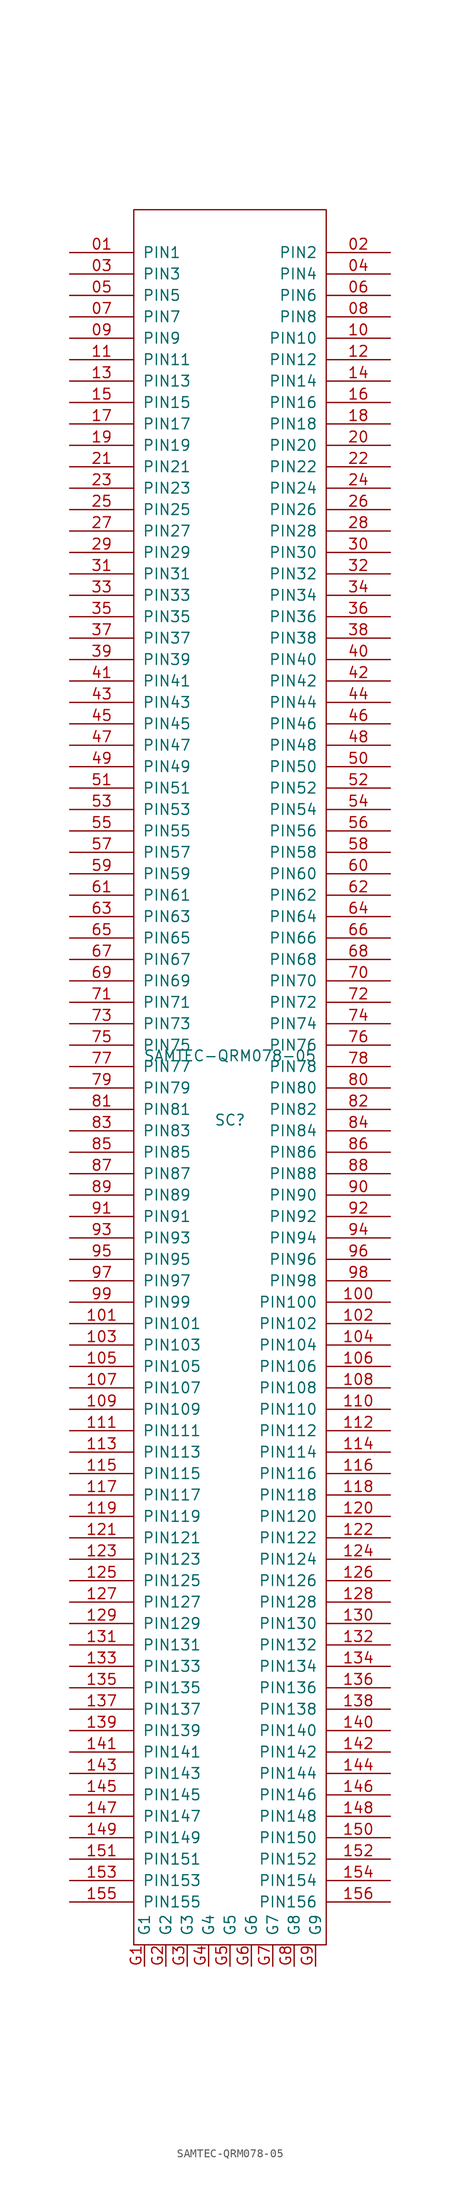
<source format=kicad_sym>
(kicad_symbol_lib
  (version 20220914)
  (generator kicad_symbol_editor)
  (symbol "SAMTEC-QRM078-05"
    (pin_names
      (offset 1.016))
    (property "Reference" "SC"
      (at 0 -5.08 0)
      (effects (font (size 1.27 1.27))))
    (property "Value" "SAMTEC-QRM078-05"
      (at 0 2.54 0)
      (effects (font (size 1.27 1.27))))
    (symbol "SAMTEC-QRM078-05_1_0"
      (rectangle (start -11.43 -102.87) (end 11.43 102.87) (stroke (width 0) (type solid)) (fill (type none))))
    (symbol "SAMTEC-QRM078-05_1_1"
      (pin input line (at -19.05 97.79 0) (length 7.62) (name "PIN1" (effects (font (size 1.27 1.27)))) (number "01" (effects (font (size 1.27 1.27)))))
      (pin input line (at 19.05 97.79 180) (length 7.62) (name "PIN2" (effects (font (size 1.27 1.27)))) (number "02" (effects (font (size 1.27 1.27)))))
      (pin input line (at -19.05 95.25 0) (length 7.62) (name "PIN3" (effects (font (size 1.27 1.27)))) (number "03" (effects (font (size 1.27 1.27)))))
      (pin input line (at 19.05 95.25 180) (length 7.62) (name "PIN4" (effects (font (size 1.27 1.27)))) (number "04" (effects (font (size 1.27 1.27)))))
      (pin input line (at -19.05 92.71 0) (length 7.62) (name "PIN5" (effects (font (size 1.27 1.27)))) (number "05" (effects (font (size 1.27 1.27)))))
      (pin input line (at 19.05 92.71 180) (length 7.62) (name "PIN6" (effects (font (size 1.27 1.27)))) (number "06" (effects (font (size 1.27 1.27)))))
      (pin input line (at -19.05 90.17 0) (length 7.62) (name "PIN7" (effects (font (size 1.27 1.27)))) (number "07" (effects (font (size 1.27 1.27)))))
      (pin input line (at 19.05 90.17 180) (length 7.62) (name "PIN8" (effects (font (size 1.27 1.27)))) (number "08" (effects (font (size 1.27 1.27)))))
      (pin input line (at -19.05 87.63 0) (length 7.62) (name "PIN9" (effects (font (size 1.27 1.27)))) (number "09" (effects (font (size 1.27 1.27)))))
      (pin input line (at 19.05 87.63 180) (length 7.62) (name "PIN10" (effects (font (size 1.27 1.27)))) (number "10" (effects (font (size 1.27 1.27)))))
      (pin input line (at 19.05 -26.67 180) (length 7.62) (name "PIN100" (effects (font (size 1.27 1.27)))) (number "100" (effects (font (size 1.27 1.27)))))
      (pin input line (at -19.05 -29.21 0) (length 7.62) (name "PIN101" (effects (font (size 1.27 1.27)))) (number "101" (effects (font (size 1.27 1.27)))))
      (pin input line (at 19.05 -29.21 180) (length 7.62) (name "PIN102" (effects (font (size 1.27 1.27)))) (number "102" (effects (font (size 1.27 1.27)))))
      (pin input line (at -19.05 -31.75 0) (length 7.62) (name "PIN103" (effects (font (size 1.27 1.27)))) (number "103" (effects (font (size 1.27 1.27)))))
      (pin input line (at 19.05 -31.75 180) (length 7.62) (name "PIN104" (effects (font (size 1.27 1.27)))) (number "104" (effects (font (size 1.27 1.27)))))
      (pin input line (at -19.05 -34.29 0) (length 7.62) (name "PIN105" (effects (font (size 1.27 1.27)))) (number "105" (effects (font (size 1.27 1.27)))))
      (pin input line (at 19.05 -34.29 180) (length 7.62) (name "PIN106" (effects (font (size 1.27 1.27)))) (number "106" (effects (font (size 1.27 1.27)))))
      (pin input line (at -19.05 -36.83 0) (length 7.62) (name "PIN107" (effects (font (size 1.27 1.27)))) (number "107" (effects (font (size 1.27 1.27)))))
      (pin input line (at 19.05 -36.83 180) (length 7.62) (name "PIN108" (effects (font (size 1.27 1.27)))) (number "108" (effects (font (size 1.27 1.27)))))
      (pin input line (at -19.05 -39.37 0) (length 7.62) (name "PIN109" (effects (font (size 1.27 1.27)))) (number "109" (effects (font (size 1.27 1.27)))))
      (pin input line (at -19.05 85.09 0) (length 7.62) (name "PIN11" (effects (font (size 1.27 1.27)))) (number "11" (effects (font (size 1.27 1.27)))))
      (pin input line (at 19.05 -39.37 180) (length 7.62) (name "PIN110" (effects (font (size 1.27 1.27)))) (number "110" (effects (font (size 1.27 1.27)))))
      (pin input line (at -19.05 -41.91 0) (length 7.62) (name "PIN111" (effects (font (size 1.27 1.27)))) (number "111" (effects (font (size 1.27 1.27)))))
      (pin input line (at 19.05 -41.91 180) (length 7.62) (name "PIN112" (effects (font (size 1.27 1.27)))) (number "112" (effects (font (size 1.27 1.27)))))
      (pin input line (at -19.05 -44.45 0) (length 7.62) (name "PIN113" (effects (font (size 1.27 1.27)))) (number "113" (effects (font (size 1.27 1.27)))))
      (pin input line (at 19.05 -44.45 180) (length 7.62) (name "PIN114" (effects (font (size 1.27 1.27)))) (number "114" (effects (font (size 1.27 1.27)))))
      (pin input line (at -19.05 -46.99 0) (length 7.62) (name "PIN115" (effects (font (size 1.27 1.27)))) (number "115" (effects (font (size 1.27 1.27)))))
      (pin input line (at 19.05 -46.99 180) (length 7.62) (name "PIN116" (effects (font (size 1.27 1.27)))) (number "116" (effects (font (size 1.27 1.27)))))
      (pin input line (at -19.05 -49.53 0) (length 7.62) (name "PIN117" (effects (font (size 1.27 1.27)))) (number "117" (effects (font (size 1.27 1.27)))))
      (pin input line (at 19.05 -49.53 180) (length 7.62) (name "PIN118" (effects (font (size 1.27 1.27)))) (number "118" (effects (font (size 1.27 1.27)))))
      (pin input line (at -19.05 -52.07 0) (length 7.62) (name "PIN119" (effects (font (size 1.27 1.27)))) (number "119" (effects (font (size 1.27 1.27)))))
      (pin input line (at 19.05 85.09 180) (length 7.62) (name "PIN12" (effects (font (size 1.27 1.27)))) (number "12" (effects (font (size 1.27 1.27)))))
      (pin input line (at 19.05 -52.07 180) (length 7.62) (name "PIN120" (effects (font (size 1.27 1.27)))) (number "120" (effects (font (size 1.27 1.27)))))
      (pin input line (at -19.05 -54.61 0) (length 7.62) (name "PIN121" (effects (font (size 1.27 1.27)))) (number "121" (effects (font (size 1.27 1.27)))))
      (pin input line (at 19.05 -54.61 180) (length 7.62) (name "PIN122" (effects (font (size 1.27 1.27)))) (number "122" (effects (font (size 1.27 1.27)))))
      (pin input line (at -19.05 -57.15 0) (length 7.62) (name "PIN123" (effects (font (size 1.27 1.27)))) (number "123" (effects (font (size 1.27 1.27)))))
      (pin input line (at 19.05 -57.15 180) (length 7.62) (name "PIN124" (effects (font (size 1.27 1.27)))) (number "124" (effects (font (size 1.27 1.27)))))
      (pin input line (at -19.05 -59.69 0) (length 7.62) (name "PIN125" (effects (font (size 1.27 1.27)))) (number "125" (effects (font (size 1.27 1.27)))))
      (pin input line (at 19.05 -59.69 180) (length 7.62) (name "PIN126" (effects (font (size 1.27 1.27)))) (number "126" (effects (font (size 1.27 1.27)))))
      (pin input line (at -19.05 -62.23 0) (length 7.62) (name "PIN127" (effects (font (size 1.27 1.27)))) (number "127" (effects (font (size 1.27 1.27)))))
      (pin input line (at 19.05 -62.23 180) (length 7.62) (name "PIN128" (effects (font (size 1.27 1.27)))) (number "128" (effects (font (size 1.27 1.27)))))
      (pin input line (at -19.05 -64.77 0) (length 7.62) (name "PIN129" (effects (font (size 1.27 1.27)))) (number "129" (effects (font (size 1.27 1.27)))))
      (pin input line (at -19.05 82.55 0) (length 7.62) (name "PIN13" (effects (font (size 1.27 1.27)))) (number "13" (effects (font (size 1.27 1.27)))))
      (pin input line (at 19.05 -64.77 180) (length 7.62) (name "PIN130" (effects (font (size 1.27 1.27)))) (number "130" (effects (font (size 1.27 1.27)))))
      (pin input line (at -19.05 -67.31 0) (length 7.62) (name "PIN131" (effects (font (size 1.27 1.27)))) (number "131" (effects (font (size 1.27 1.27)))))
      (pin input line (at 19.05 -67.31 180) (length 7.62) (name "PIN132" (effects (font (size 1.27 1.27)))) (number "132" (effects (font (size 1.27 1.27)))))
      (pin input line (at -19.05 -69.85 0) (length 7.62) (name "PIN133" (effects (font (size 1.27 1.27)))) (number "133" (effects (font (size 1.27 1.27)))))
      (pin input line (at 19.05 -69.85 180) (length 7.62) (name "PIN134" (effects (font (size 1.27 1.27)))) (number "134" (effects (font (size 1.27 1.27)))))
      (pin input line (at -19.05 -72.39 0) (length 7.62) (name "PIN135" (effects (font (size 1.27 1.27)))) (number "135" (effects (font (size 1.27 1.27)))))
      (pin input line (at 19.05 -72.39 180) (length 7.62) (name "PIN136" (effects (font (size 1.27 1.27)))) (number "136" (effects (font (size 1.27 1.27)))))
      (pin input line (at -19.05 -74.93 0) (length 7.62) (name "PIN137" (effects (font (size 1.27 1.27)))) (number "137" (effects (font (size 1.27 1.27)))))
      (pin input line (at 19.05 -74.93 180) (length 7.62) (name "PIN138" (effects (font (size 1.27 1.27)))) (number "138" (effects (font (size 1.27 1.27)))))
      (pin input line (at -19.05 -77.47 0) (length 7.62) (name "PIN139" (effects (font (size 1.27 1.27)))) (number "139" (effects (font (size 1.27 1.27)))))
      (pin input line (at 19.05 82.55 180) (length 7.62) (name "PIN14" (effects (font (size 1.27 1.27)))) (number "14" (effects (font (size 1.27 1.27)))))
      (pin input line (at 19.05 -77.47 180) (length 7.62) (name "PIN140" (effects (font (size 1.27 1.27)))) (number "140" (effects (font (size 1.27 1.27)))))
      (pin input line (at -19.05 -80.01 0) (length 7.62) (name "PIN141" (effects (font (size 1.27 1.27)))) (number "141" (effects (font (size 1.27 1.27)))))
      (pin input line (at 19.05 -80.01 180) (length 7.62) (name "PIN142" (effects (font (size 1.27 1.27)))) (number "142" (effects (font (size 1.27 1.27)))))
      (pin input line (at -19.05 -82.55 0) (length 7.62) (name "PIN143" (effects (font (size 1.27 1.27)))) (number "143" (effects (font (size 1.27 1.27)))))
      (pin input line (at 19.05 -82.55 180) (length 7.62) (name "PIN144" (effects (font (size 1.27 1.27)))) (number "144" (effects (font (size 1.27 1.27)))))
      (pin input line (at -19.05 -85.09 0) (length 7.62) (name "PIN145" (effects (font (size 1.27 1.27)))) (number "145" (effects (font (size 1.27 1.27)))))
      (pin input line (at 19.05 -85.09 180) (length 7.62) (name "PIN146" (effects (font (size 1.27 1.27)))) (number "146" (effects (font (size 1.27 1.27)))))
      (pin input line (at -19.05 -87.63 0) (length 7.62) (name "PIN147" (effects (font (size 1.27 1.27)))) (number "147" (effects (font (size 1.27 1.27)))))
      (pin input line (at 19.05 -87.63 180) (length 7.62) (name "PIN148" (effects (font (size 1.27 1.27)))) (number "148" (effects (font (size 1.27 1.27)))))
      (pin input line (at -19.05 -90.17 0) (length 7.62) (name "PIN149" (effects (font (size 1.27 1.27)))) (number "149" (effects (font (size 1.27 1.27)))))
      (pin input line (at -19.05 80.01 0) (length 7.62) (name "PIN15" (effects (font (size 1.27 1.27)))) (number "15" (effects (font (size 1.27 1.27)))))
      (pin input line (at 19.05 -90.17 180) (length 7.62) (name "PIN150" (effects (font (size 1.27 1.27)))) (number "150" (effects (font (size 1.27 1.27)))))
      (pin input line (at -19.05 -92.71 0) (length 7.62) (name "PIN151" (effects (font (size 1.27 1.27)))) (number "151" (effects (font (size 1.27 1.27)))))
      (pin input line (at 19.05 -92.71 180) (length 7.62) (name "PIN152" (effects (font (size 1.27 1.27)))) (number "152" (effects (font (size 1.27 1.27)))))
      (pin input line (at -19.05 -95.25 0) (length 7.62) (name "PIN153" (effects (font (size 1.27 1.27)))) (number "153" (effects (font (size 1.27 1.27)))))
      (pin input line (at 19.05 -95.25 180) (length 7.62) (name "PIN154" (effects (font (size 1.27 1.27)))) (number "154" (effects (font (size 1.27 1.27)))))
      (pin input line (at -19.05 -97.79 0) (length 7.62) (name "PIN155" (effects (font (size 1.27 1.27)))) (number "155" (effects (font (size 1.27 1.27)))))
      (pin input line (at 19.05 -97.79 180) (length 7.62) (name "PIN156" (effects (font (size 1.27 1.27)))) (number "156" (effects (font (size 1.27 1.27)))))
      (pin input line (at 19.05 80.01 180) (length 7.62) (name "PIN16" (effects (font (size 1.27 1.27)))) (number "16" (effects (font (size 1.27 1.27)))))
      (pin input line (at -19.05 77.47 0) (length 7.62) (name "PIN17" (effects (font (size 1.27 1.27)))) (number "17" (effects (font (size 1.27 1.27)))))
      (pin input line (at 19.05 77.47 180) (length 7.62) (name "PIN18" (effects (font (size 1.27 1.27)))) (number "18" (effects (font (size 1.27 1.27)))))
      (pin input line (at -19.05 74.93 0) (length 7.62) (name "PIN19" (effects (font (size 1.27 1.27)))) (number "19" (effects (font (size 1.27 1.27)))))
      (pin input line (at 19.05 74.93 180) (length 7.62) (name "PIN20" (effects (font (size 1.27 1.27)))) (number "20" (effects (font (size 1.27 1.27)))))
      (pin input line (at -19.05 72.39 0) (length 7.62) (name "PIN21" (effects (font (size 1.27 1.27)))) (number "21" (effects (font (size 1.27 1.27)))))
      (pin input line (at 19.05 72.39 180) (length 7.62) (name "PIN22" (effects (font (size 1.27 1.27)))) (number "22" (effects (font (size 1.27 1.27)))))
      (pin input line (at -19.05 69.85 0) (length 7.62) (name "PIN23" (effects (font (size 1.27 1.27)))) (number "23" (effects (font (size 1.27 1.27)))))
      (pin input line (at 19.05 69.85 180) (length 7.62) (name "PIN24" (effects (font (size 1.27 1.27)))) (number "24" (effects (font (size 1.27 1.27)))))
      (pin input line (at -19.05 67.31 0) (length 7.62) (name "PIN25" (effects (font (size 1.27 1.27)))) (number "25" (effects (font (size 1.27 1.27)))))
      (pin input line (at 19.05 67.31 180) (length 7.62) (name "PIN26" (effects (font (size 1.27 1.27)))) (number "26" (effects (font (size 1.27 1.27)))))
      (pin input line (at -19.05 64.77 0) (length 7.62) (name "PIN27" (effects (font (size 1.27 1.27)))) (number "27" (effects (font (size 1.27 1.27)))))
      (pin input line (at 19.05 64.77 180) (length 7.62) (name "PIN28" (effects (font (size 1.27 1.27)))) (number "28" (effects (font (size 1.27 1.27)))))
      (pin input line (at -19.05 62.23 0) (length 7.62) (name "PIN29" (effects (font (size 1.27 1.27)))) (number "29" (effects (font (size 1.27 1.27)))))
      (pin input line (at 19.05 62.23 180) (length 7.62) (name "PIN30" (effects (font (size 1.27 1.27)))) (number "30" (effects (font (size 1.27 1.27)))))
      (pin input line (at -19.05 59.69 0) (length 7.62) (name "PIN31" (effects (font (size 1.27 1.27)))) (number "31" (effects (font (size 1.27 1.27)))))
      (pin input line (at 19.05 59.69 180) (length 7.62) (name "PIN32" (effects (font (size 1.27 1.27)))) (number "32" (effects (font (size 1.27 1.27)))))
      (pin input line (at -19.05 57.15 0) (length 7.62) (name "PIN33" (effects (font (size 1.27 1.27)))) (number "33" (effects (font (size 1.27 1.27)))))
      (pin input line (at 19.05 57.15 180) (length 7.62) (name "PIN34" (effects (font (size 1.27 1.27)))) (number "34" (effects (font (size 1.27 1.27)))))
      (pin input line (at -19.05 54.61 0) (length 7.62) (name "PIN35" (effects (font (size 1.27 1.27)))) (number "35" (effects (font (size 1.27 1.27)))))
      (pin input line (at 19.05 54.61 180) (length 7.62) (name "PIN36" (effects (font (size 1.27 1.27)))) (number "36" (effects (font (size 1.27 1.27)))))
      (pin input line (at -19.05 52.07 0) (length 7.62) (name "PIN37" (effects (font (size 1.27 1.27)))) (number "37" (effects (font (size 1.27 1.27)))))
      (pin input line (at 19.05 52.07 180) (length 7.62) (name "PIN38" (effects (font (size 1.27 1.27)))) (number "38" (effects (font (size 1.27 1.27)))))
      (pin input line (at -19.05 49.53 0) (length 7.62) (name "PIN39" (effects (font (size 1.27 1.27)))) (number "39" (effects (font (size 1.27 1.27)))))
      (pin input line (at 19.05 49.53 180) (length 7.62) (name "PIN40" (effects (font (size 1.27 1.27)))) (number "40" (effects (font (size 1.27 1.27)))))
      (pin input line (at -19.05 46.99 0) (length 7.62) (name "PIN41" (effects (font (size 1.27 1.27)))) (number "41" (effects (font (size 1.27 1.27)))))
      (pin input line (at 19.05 46.99 180) (length 7.62) (name "PIN42" (effects (font (size 1.27 1.27)))) (number "42" (effects (font (size 1.27 1.27)))))
      (pin input line (at -19.05 44.45 0) (length 7.62) (name "PIN43" (effects (font (size 1.27 1.27)))) (number "43" (effects (font (size 1.27 1.27)))))
      (pin input line (at 19.05 44.45 180) (length 7.62) (name "PIN44" (effects (font (size 1.27 1.27)))) (number "44" (effects (font (size 1.27 1.27)))))
      (pin input line (at -19.05 41.91 0) (length 7.62) (name "PIN45" (effects (font (size 1.27 1.27)))) (number "45" (effects (font (size 1.27 1.27)))))
      (pin input line (at 19.05 41.91 180) (length 7.62) (name "PIN46" (effects (font (size 1.27 1.27)))) (number "46" (effects (font (size 1.27 1.27)))))
      (pin input line (at -19.05 39.37 0) (length 7.62) (name "PIN47" (effects (font (size 1.27 1.27)))) (number "47" (effects (font (size 1.27 1.27)))))
      (pin input line (at 19.05 39.37 180) (length 7.62) (name "PIN48" (effects (font (size 1.27 1.27)))) (number "48" (effects (font (size 1.27 1.27)))))
      (pin input line (at -19.05 36.83 0) (length 7.62) (name "PIN49" (effects (font (size 1.27 1.27)))) (number "49" (effects (font (size 1.27 1.27)))))
      (pin input line (at 19.05 36.83 180) (length 7.62) (name "PIN50" (effects (font (size 1.27 1.27)))) (number "50" (effects (font (size 1.27 1.27)))))
      (pin input line (at -19.05 34.29 0) (length 7.62) (name "PIN51" (effects (font (size 1.27 1.27)))) (number "51" (effects (font (size 1.27 1.27)))))
      (pin input line (at 19.05 34.29 180) (length 7.62) (name "PIN52" (effects (font (size 1.27 1.27)))) (number "52" (effects (font (size 1.27 1.27)))))
      (pin input line (at -19.05 31.75 0) (length 7.62) (name "PIN53" (effects (font (size 1.27 1.27)))) (number "53" (effects (font (size 1.27 1.27)))))
      (pin input line (at 19.05 31.75 180) (length 7.62) (name "PIN54" (effects (font (size 1.27 1.27)))) (number "54" (effects (font (size 1.27 1.27)))))
      (pin input line (at -19.05 29.21 0) (length 7.62) (name "PIN55" (effects (font (size 1.27 1.27)))) (number "55" (effects (font (size 1.27 1.27)))))
      (pin input line (at 19.05 29.21 180) (length 7.62) (name "PIN56" (effects (font (size 1.27 1.27)))) (number "56" (effects (font (size 1.27 1.27)))))
      (pin input line (at -19.05 26.67 0) (length 7.62) (name "PIN57" (effects (font (size 1.27 1.27)))) (number "57" (effects (font (size 1.27 1.27)))))
      (pin input line (at 19.05 26.67 180) (length 7.62) (name "PIN58" (effects (font (size 1.27 1.27)))) (number "58" (effects (font (size 1.27 1.27)))))
      (pin input line (at -19.05 24.13 0) (length 7.62) (name "PIN59" (effects (font (size 1.27 1.27)))) (number "59" (effects (font (size 1.27 1.27)))))
      (pin input line (at 19.05 24.13 180) (length 7.62) (name "PIN60" (effects (font (size 1.27 1.27)))) (number "60" (effects (font (size 1.27 1.27)))))
      (pin input line (at -19.05 21.59 0) (length 7.62) (name "PIN61" (effects (font (size 1.27 1.27)))) (number "61" (effects (font (size 1.27 1.27)))))
      (pin input line (at 19.05 21.59 180) (length 7.62) (name "PIN62" (effects (font (size 1.27 1.27)))) (number "62" (effects (font (size 1.27 1.27)))))
      (pin input line (at -19.05 19.05 0) (length 7.62) (name "PIN63" (effects (font (size 1.27 1.27)))) (number "63" (effects (font (size 1.27 1.27)))))
      (pin input line (at 19.05 19.05 180) (length 7.62) (name "PIN64" (effects (font (size 1.27 1.27)))) (number "64" (effects (font (size 1.27 1.27)))))
      (pin input line (at -19.05 16.51 0) (length 7.62) (name "PIN65" (effects (font (size 1.27 1.27)))) (number "65" (effects (font (size 1.27 1.27)))))
      (pin input line (at 19.05 16.51 180) (length 7.62) (name "PIN66" (effects (font (size 1.27 1.27)))) (number "66" (effects (font (size 1.27 1.27)))))
      (pin input line (at -19.05 13.97 0) (length 7.62) (name "PIN67" (effects (font (size 1.27 1.27)))) (number "67" (effects (font (size 1.27 1.27)))))
      (pin input line (at 19.05 13.97 180) (length 7.62) (name "PIN68" (effects (font (size 1.27 1.27)))) (number "68" (effects (font (size 1.27 1.27)))))
      (pin input line (at -19.05 11.43 0) (length 7.62) (name "PIN69" (effects (font (size 1.27 1.27)))) (number "69" (effects (font (size 1.27 1.27)))))
      (pin input line (at 19.05 11.43 180) (length 7.62) (name "PIN70" (effects (font (size 1.27 1.27)))) (number "70" (effects (font (size 1.27 1.27)))))
      (pin input line (at -19.05 8.89 0) (length 7.62) (name "PIN71" (effects (font (size 1.27 1.27)))) (number "71" (effects (font (size 1.27 1.27)))))
      (pin input line (at 19.05 8.89 180) (length 7.62) (name "PIN72" (effects (font (size 1.27 1.27)))) (number "72" (effects (font (size 1.27 1.27)))))
      (pin input line (at -19.05 6.35 0) (length 7.62) (name "PIN73" (effects (font (size 1.27 1.27)))) (number "73" (effects (font (size 1.27 1.27)))))
      (pin input line (at 19.05 6.35 180) (length 7.62) (name "PIN74" (effects (font (size 1.27 1.27)))) (number "74" (effects (font (size 1.27 1.27)))))
      (pin input line (at -19.05 3.81 0) (length 7.62) (name "PIN75" (effects (font (size 1.27 1.27)))) (number "75" (effects (font (size 1.27 1.27)))))
      (pin input line (at 19.05 3.81 180) (length 7.62) (name "PIN76" (effects (font (size 1.27 1.27)))) (number "76" (effects (font (size 1.27 1.27)))))
      (pin input line (at -19.05 1.27 0) (length 7.62) (name "PIN77" (effects (font (size 1.27 1.27)))) (number "77" (effects (font (size 1.27 1.27)))))
      (pin input line (at 19.05 1.27 180) (length 7.62) (name "PIN78" (effects (font (size 1.27 1.27)))) (number "78" (effects (font (size 1.27 1.27)))))
      (pin input line (at -19.05 -1.27 0) (length 7.62) (name "PIN79" (effects (font (size 1.27 1.27)))) (number "79" (effects (font (size 1.27 1.27)))))
      (pin input line (at 19.05 -1.27 180) (length 7.62) (name "PIN80" (effects (font (size 1.27 1.27)))) (number "80" (effects (font (size 1.27 1.27)))))
      (pin input line (at -19.05 -3.81 0) (length 7.62) (name "PIN81" (effects (font (size 1.27 1.27)))) (number "81" (effects (font (size 1.27 1.27)))))
      (pin input line (at 19.05 -3.81 180) (length 7.62) (name "PIN82" (effects (font (size 1.27 1.27)))) (number "82" (effects (font (size 1.27 1.27)))))
      (pin input line (at -19.05 -6.35 0) (length 7.62) (name "PIN83" (effects (font (size 1.27 1.27)))) (number "83" (effects (font (size 1.27 1.27)))))
      (pin input line (at 19.05 -6.35 180) (length 7.62) (name "PIN84" (effects (font (size 1.27 1.27)))) (number "84" (effects (font (size 1.27 1.27)))))
      (pin input line (at -19.05 -8.89 0) (length 7.62) (name "PIN85" (effects (font (size 1.27 1.27)))) (number "85" (effects (font (size 1.27 1.27)))))
      (pin input line (at 19.05 -8.89 180) (length 7.62) (name "PIN86" (effects (font (size 1.27 1.27)))) (number "86" (effects (font (size 1.27 1.27)))))
      (pin input line (at -19.05 -11.43 0) (length 7.62) (name "PIN87" (effects (font (size 1.27 1.27)))) (number "87" (effects (font (size 1.27 1.27)))))
      (pin input line (at 19.05 -11.43 180) (length 7.62) (name "PIN88" (effects (font (size 1.27 1.27)))) (number "88" (effects (font (size 1.27 1.27)))))
      (pin input line (at -19.05 -13.97 0) (length 7.62) (name "PIN89" (effects (font (size 1.27 1.27)))) (number "89" (effects (font (size 1.27 1.27)))))
      (pin input line (at 19.05 -13.97 180) (length 7.62) (name "PIN90" (effects (font (size 1.27 1.27)))) (number "90" (effects (font (size 1.27 1.27)))))
      (pin input line (at -19.05 -16.51 0) (length 7.62) (name "PIN91" (effects (font (size 1.27 1.27)))) (number "91" (effects (font (size 1.27 1.27)))))
      (pin input line (at 19.05 -16.51 180) (length 7.62) (name "PIN92" (effects (font (size 1.27 1.27)))) (number "92" (effects (font (size 1.27 1.27)))))
      (pin input line (at -19.05 -19.05 0) (length 7.62) (name "PIN93" (effects (font (size 1.27 1.27)))) (number "93" (effects (font (size 1.27 1.27)))))
      (pin input line (at 19.05 -19.05 180) (length 7.62) (name "PIN94" (effects (font (size 1.27 1.27)))) (number "94" (effects (font (size 1.27 1.27)))))
      (pin input line (at -19.05 -21.59 0) (length 7.62) (name "PIN95" (effects (font (size 1.27 1.27)))) (number "95" (effects (font (size 1.27 1.27)))))
      (pin input line (at 19.05 -21.59 180) (length 7.62) (name "PIN96" (effects (font (size 1.27 1.27)))) (number "96" (effects (font (size 1.27 1.27)))))
      (pin input line (at -19.05 -24.13 0) (length 7.62) (name "PIN97" (effects (font (size 1.27 1.27)))) (number "97" (effects (font (size 1.27 1.27)))))
      (pin input line (at 19.05 -24.13 180) (length 7.62) (name "PIN98" (effects (font (size 1.27 1.27)))) (number "98" (effects (font (size 1.27 1.27)))))
      (pin input line (at -19.05 -26.67 0) (length 7.62) (name "PIN99" (effects (font (size 1.27 1.27)))) (number "99" (effects (font (size 1.27 1.27)))))
      (pin input line (at -10.16 -105.41 90) (length 2.54) (name "G1" (effects (font (size 1.27 1.27)))) (number "G1" (effects (font (size 1.27 1.27)))))
      (pin input line (at -7.62 -105.41 90) (length 2.54) (name "G2" (effects (font (size 1.27 1.27)))) (number "G2" (effects (font (size 1.27 1.27)))))
      (pin input line (at -5.08 -105.41 90) (length 2.54) (name "G3" (effects (font (size 1.27 1.27)))) (number "G3" (effects (font (size 1.27 1.27)))))
      (pin input line (at -2.54 -105.41 90) (length 2.54) (name "G4" (effects (font (size 1.27 1.27)))) (number "G4" (effects (font (size 1.27 1.27)))))
      (pin input line (at 0 -105.41 90) (length 2.54) (name "G5" (effects (font (size 1.27 1.27)))) (number "G5" (effects (font (size 1.27 1.27)))))
      (pin input line (at 2.54 -105.41 90) (length 2.54) (name "G6" (effects (font (size 1.27 1.27)))) (number "G6" (effects (font (size 1.27 1.27)))))
      (pin input line (at 5.08 -105.41 90) (length 2.54) (name "G7" (effects (font (size 1.27 1.27)))) (number "G7" (effects (font (size 1.27 1.27)))))
      (pin input line (at 7.62 -105.41 90) (length 2.54) (name "G8" (effects (font (size 1.27 1.27)))) (number "G8" (effects (font (size 1.27 1.27)))))
      (pin input line (at 10.16 -105.41 90) (length 2.54) (name "G9" (effects (font (size 1.27 1.27)))) (number "G9" (effects (font (size 1.27 1.27))))))))
</source>
